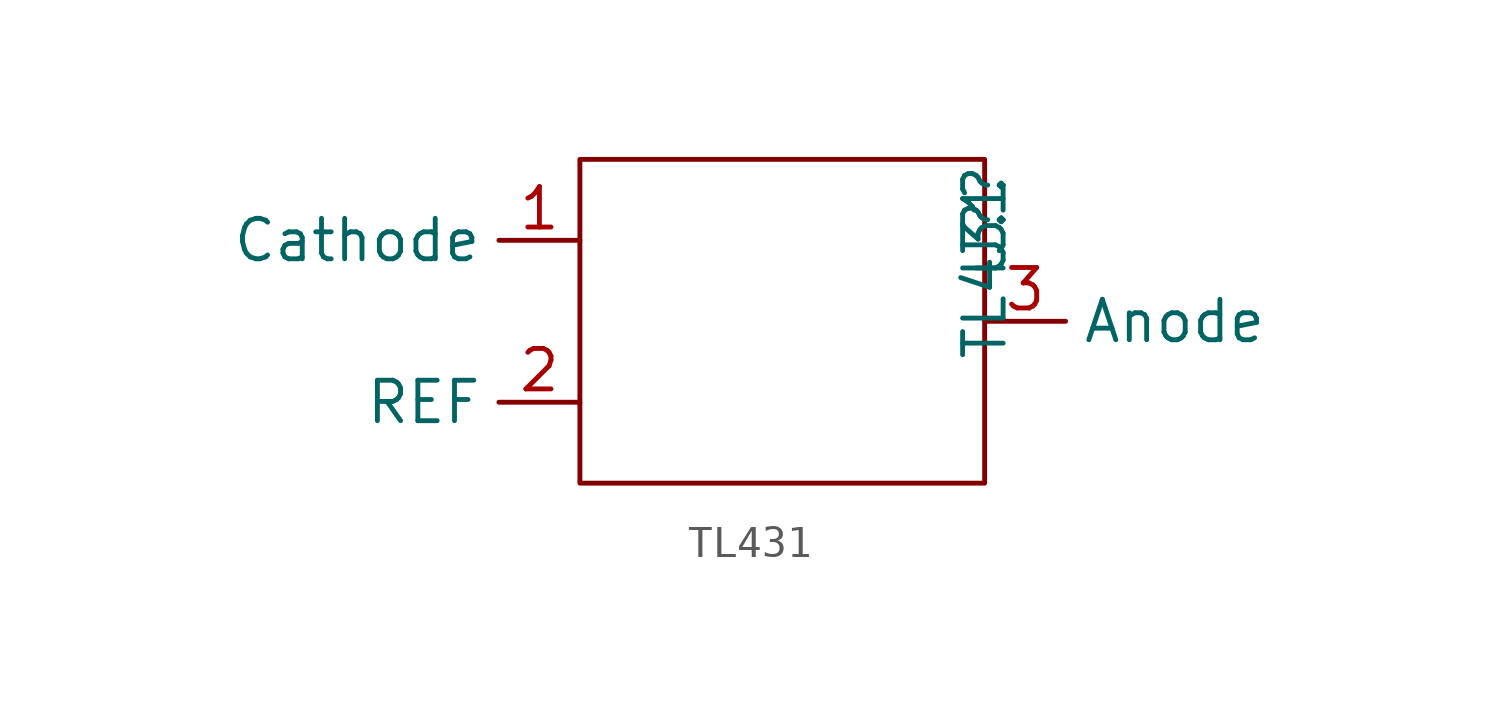
<source format=kicad_sym>
(kicad_symbol_lib
  (version 20211014)
  (generator kicad_symbol_editor)
  (symbol "TL431"
    (property "Reference" "U?"
      (at 6.35 1.27 90)
      (effects (font (size 1.27 1.27)) (justify left)))
    (property "Value" "TL431"
      (at 6.35 -1.27 90)
      (effects (font (size 1.27 1.27)) (justify left)))
    (symbol "TL431_0_1"
      (rectangle (start -6.35 5.08) (end 6.35 -5.08) (stroke (width 0) (type default) (color 0 0 0 0)) (fill (type none))))
    (symbol "TL431_1_1"
      (pin input line (at -6.35 2.54 180) (length 2.54) (name "Cathode" (effects (font (size 1.27 1.27)))) (number "1" (effects (font (size 1.27 1.27)))))
      (pin input line (at -6.35 -2.54 180) (length 2.54) (name "REF" (effects (font (size 1.27 1.27)))) (number "2" (effects (font (size 1.27 1.27)))))
      (pin input line (at 6.35 0 0) (length 2.54) (name "Anode" (effects (font (size 1.27 1.27)))) (number "3" (effects (font (size 1.27 1.27))))))))
</source>
